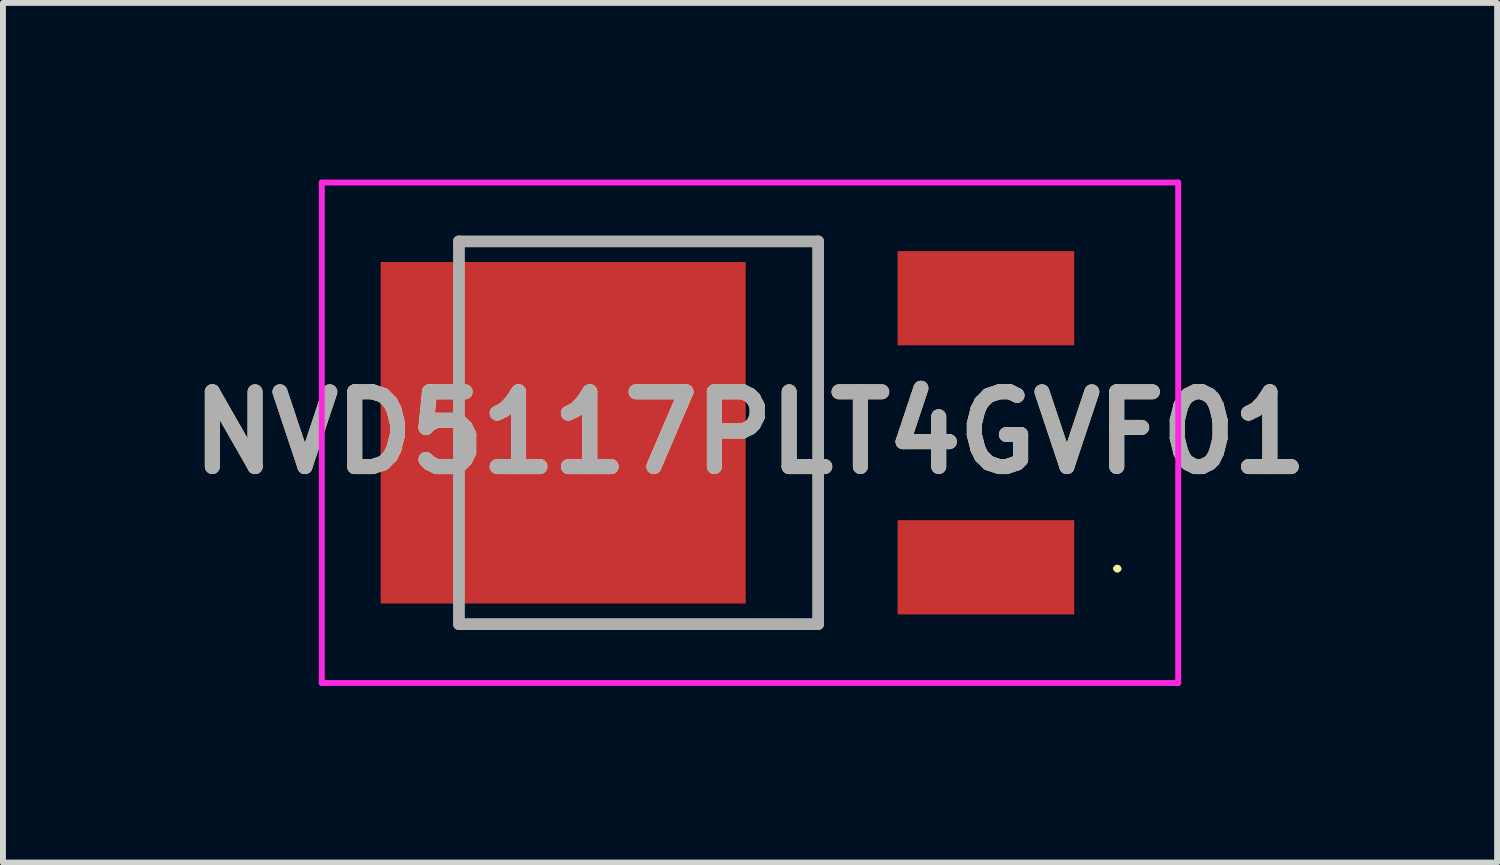
<source format=kicad_pcb>
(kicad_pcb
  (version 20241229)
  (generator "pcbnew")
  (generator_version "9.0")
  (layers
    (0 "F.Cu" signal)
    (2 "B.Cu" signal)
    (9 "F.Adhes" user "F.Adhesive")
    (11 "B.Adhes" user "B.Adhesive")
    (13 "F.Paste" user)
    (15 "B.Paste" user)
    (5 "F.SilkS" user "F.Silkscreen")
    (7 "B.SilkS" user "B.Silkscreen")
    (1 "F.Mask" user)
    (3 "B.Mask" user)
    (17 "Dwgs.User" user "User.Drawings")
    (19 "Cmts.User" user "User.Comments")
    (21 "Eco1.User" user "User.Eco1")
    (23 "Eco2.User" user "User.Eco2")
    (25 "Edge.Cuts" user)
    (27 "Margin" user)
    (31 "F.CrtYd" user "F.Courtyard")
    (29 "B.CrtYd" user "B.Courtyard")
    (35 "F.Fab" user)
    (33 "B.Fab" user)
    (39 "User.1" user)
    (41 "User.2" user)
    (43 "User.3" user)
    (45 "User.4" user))
  (footprint "NVD5117PLT4GVF01"
    (layer "F.Cu")
    (at 4.745 4.3)
    (property "Reference" "NVD5117PLT4GVF01" (at 4.943 0 0) (layer "F.SilkS") (effects (font (size 1.27 1.27) (thickness 0.254))))
    (attr smd)
    (fp_line (start 0 3.25) (end 6.1 3.25) (stroke (width 0.1) (type solid)) (layer "F.SilkS"))
    (fp_line (start 6.1 -3.25) (end 0 -3.25) (stroke (width 0.1) (type solid)) (layer "F.SilkS"))
    (fp_line (start 6.1 3.25) (end 6.1 -3.25) (stroke (width 0.1) (type solid)) (layer "F.SilkS"))
    (fp_line (start 11.148 2.308) (end 11.148 2.308) (stroke (width 0.068) (type solid)) (layer "F.SilkS"))
    (fp_line (start 11.216 2.308) (end 11.216 2.308) (stroke (width 0.068) (type solid)) (layer "F.SilkS"))
    (fp_arc (start 11.148 2.308) (mid 11.182 2.274) (end 11.216 2.308) (stroke (width 0.068) (type solid)) (layer "F.SilkS"))
    (fp_arc (start 11.216 2.308) (mid 11.182 2.342) (end 11.148 2.308) (stroke (width 0.068) (type solid)) (layer "F.SilkS"))
    (fp_line (start -2.33 -4.25) (end 12.216 -4.25) (stroke (width 0.1) (type solid)) (layer "F.CrtYd"))
    (fp_line (start -2.33 4.25) (end -2.33 -4.25) (stroke (width 0.1) (type solid)) (layer "F.CrtYd"))
    (fp_line (start 12.216 -4.25) (end 12.216 4.25) (stroke (width 0.1) (type solid)) (layer "F.CrtYd"))
    (fp_line (start 12.216 4.25) (end -2.33 4.25) (stroke (width 0.1) (type solid)) (layer "F.CrtYd"))
    (fp_line (start 0 -3.25) (end 6.1 -3.25) (stroke (width 0.2) (type solid)) (layer "F.Fab"))
    (fp_line (start 0 3.25) (end 0 -3.25) (stroke (width 0.2) (type solid)) (layer "F.Fab"))
    (fp_line (start 6.1 -3.25) (end 6.1 3.25) (stroke (width 0.2) (type solid)) (layer "F.Fab"))
    (fp_line (start 6.1 3.25) (end 0 3.25) (stroke (width 0.2) (type solid)) (layer "F.Fab"))
    (fp_text user "${REFERENCE}" (at 4.943 0 0) (layer "F.Fab") (effects (font (size 1.27 1.27) (thickness 0.254))))
    (pad "1" smd rect (at 8.95 2.285 90) (size 1.6 3) (layers "F.Cu" "F.Mask" "F.Paste"))
    (pad "2" smd rect (at 1.77 0 90) (size 5.8 6.2) (layers "F.Cu" "F.Mask" "F.Paste"))
    (pad "3" smd rect (at 8.95 -2.285 90) (size 1.6 3) (layers "F.Cu" "F.Mask" "F.Paste")))
  (gr_rect
    (start -3 -3)
    (end 22.377 11.6)
    (stroke (width 0.1) (type default))
    (fill no)
    (layer "Edge.Cuts")))
</source>
